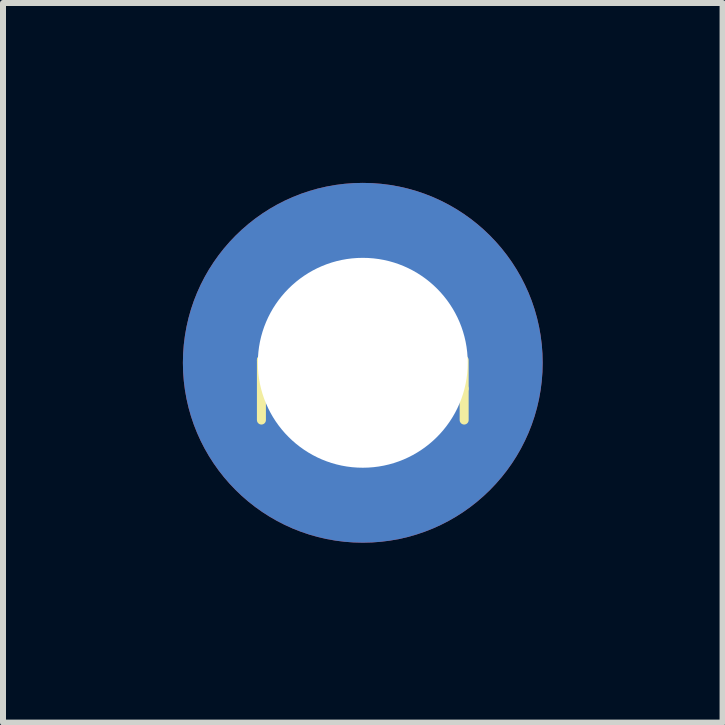
<source format=kicad_pcb>
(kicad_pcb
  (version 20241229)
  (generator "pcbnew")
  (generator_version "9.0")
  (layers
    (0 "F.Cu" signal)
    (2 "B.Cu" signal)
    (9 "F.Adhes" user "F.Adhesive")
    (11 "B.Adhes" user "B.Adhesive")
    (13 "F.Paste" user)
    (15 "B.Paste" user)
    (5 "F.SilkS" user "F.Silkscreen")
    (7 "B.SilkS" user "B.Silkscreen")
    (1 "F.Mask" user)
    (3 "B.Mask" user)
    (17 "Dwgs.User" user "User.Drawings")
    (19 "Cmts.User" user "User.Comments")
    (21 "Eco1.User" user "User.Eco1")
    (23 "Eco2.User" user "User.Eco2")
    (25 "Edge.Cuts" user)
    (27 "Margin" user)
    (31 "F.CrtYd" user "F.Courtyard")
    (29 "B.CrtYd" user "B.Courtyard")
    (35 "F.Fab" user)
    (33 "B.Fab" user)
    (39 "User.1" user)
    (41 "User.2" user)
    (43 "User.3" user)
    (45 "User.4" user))
  (footprint "NPTH"
    (layer "F.Cu")
    (at 3 3)
    (property "Reference" "NPTH" (at 0 0.5 0) (layer "F.SilkS") (effects (font (size 1 1) (thickness 0.15))))
    (attr through_hole)
    (pad "" np_thru_hole circle (at 0 0) (size 6 6) (drill 3.5) (layers "*.Cu" "*.Mask")))
  (gr_rect
    (start -3 -3)
    (end 9 9)
    (stroke (width 0.1) (type default))
    (fill no)
    (layer "Edge.Cuts")))
</source>
